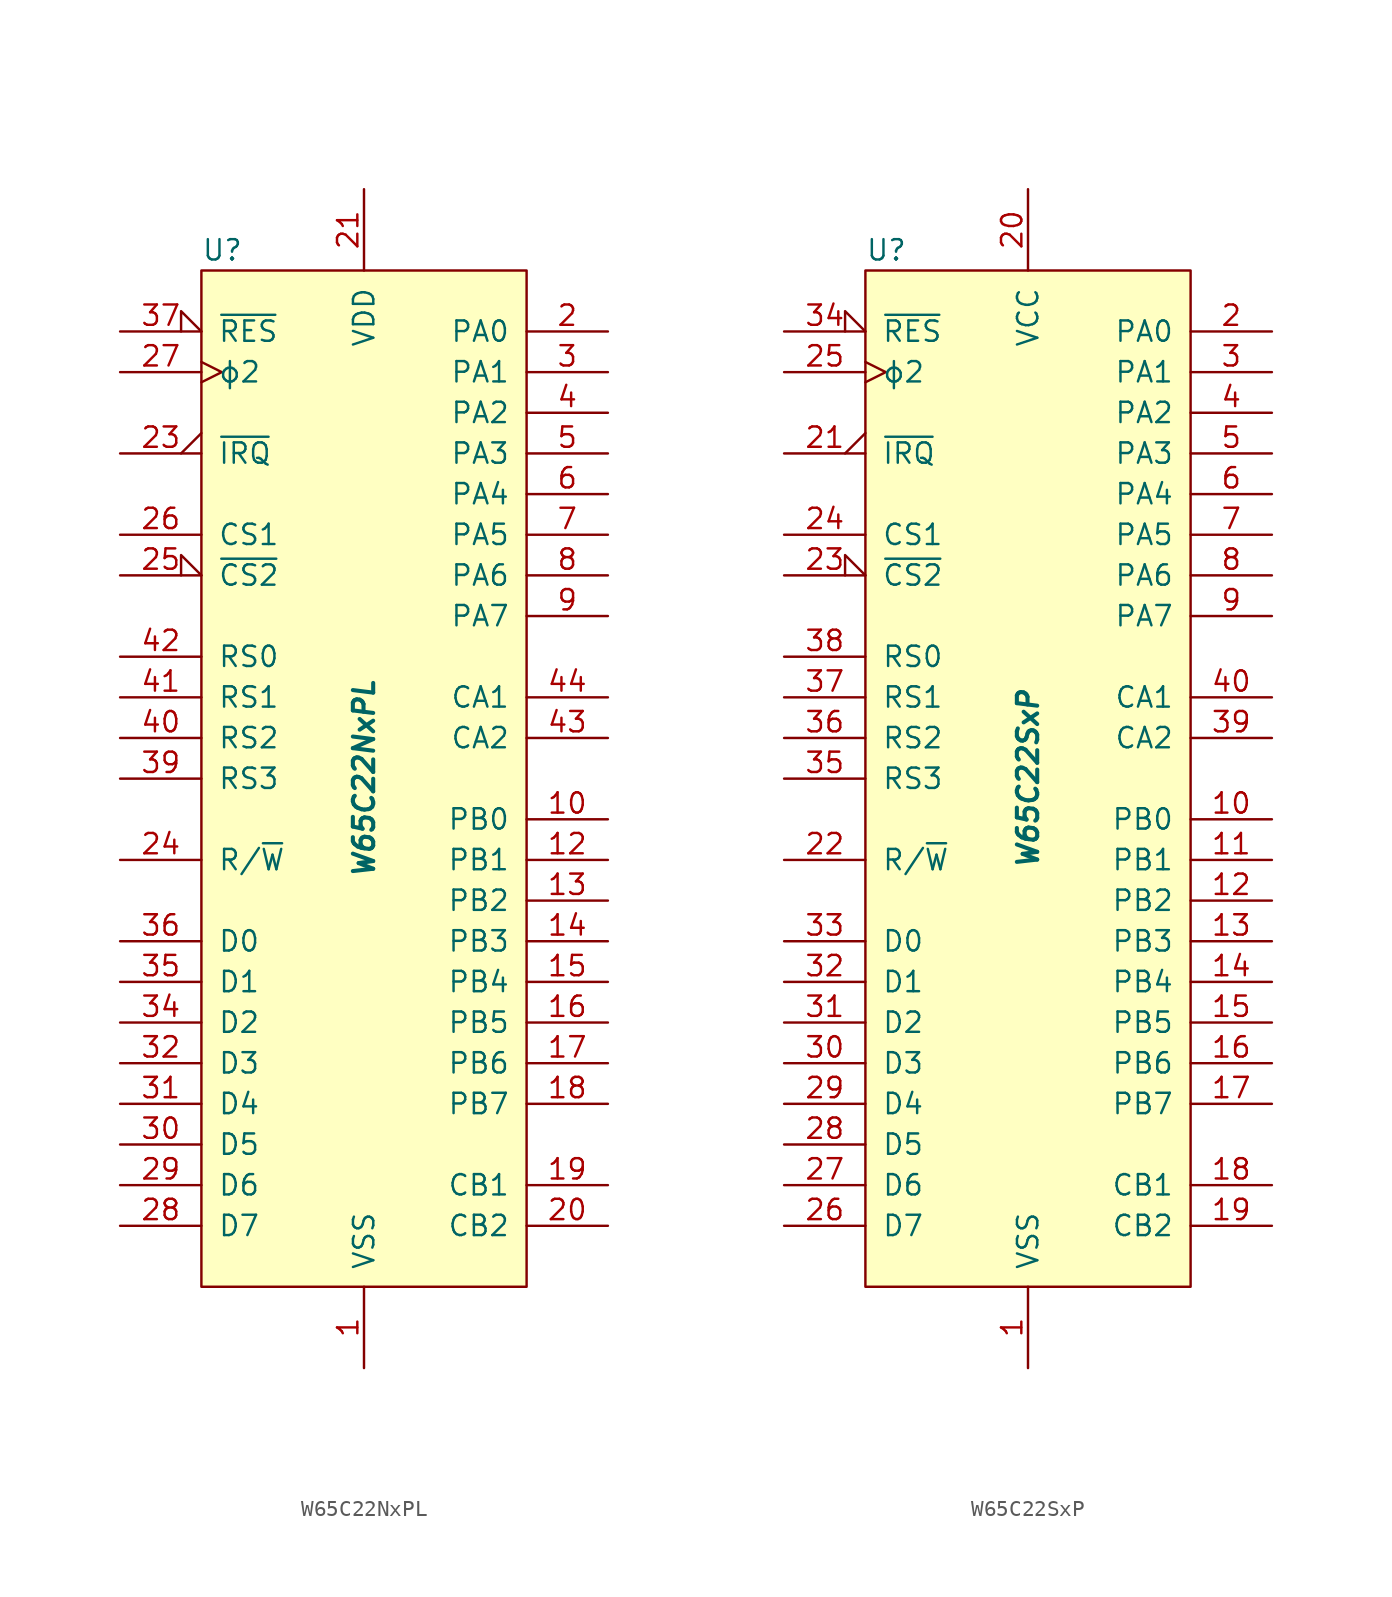
<source format=kicad_sym>
(kicad_symbol_lib
  (version 20201005)
  (generator kicad_symbol_editor)
  (symbol "W65C22NxPL"
    (pin_names
      (offset 1.016))
    (property "Reference" "U"
      (at -10.16 33.02 0)
      (effects (font (size 1.27 1.27)) (justify left)))
    (property "Value" "W65C22NxPL"
      (at 0 0 90)
      (effects (font (size 1.27 1.27) bold italic)))
    (symbol "W65C22NxPL_0_1"
      (rectangle (start -10.16 31.75) (end 10.16 -31.75) (stroke (width 0)) (fill (type background))))
    (symbol "W65C22NxPL_1_1"
      (pin power_in line (at 0 -36.83 90) (length 5.08) (name "VSS" (effects (font (size 1.27 1.27)))) (number "1" (effects (font (size 1.27 1.27)))))
      (pin bidirectional line (at 15.24 -2.54 180) (length 5.08) (name "PB0" (effects (font (size 1.27 1.27)))) (number "10" (effects (font (size 1.27 1.27)))))
      (pin unconnected non_logic (at -10.16 22.86 0) (length 2.54) hide (name "nc" (effects (font (size 1.27 1.27)))) (number "11" (effects (font (size 1.27 1.27)))))
      (pin bidirectional line (at 15.24 -5.08 180) (length 5.08) (name "PB1" (effects (font (size 1.27 1.27)))) (number "12" (effects (font (size 1.27 1.27)))))
      (pin bidirectional line (at 15.24 -7.62 180) (length 5.08) (name "PB2" (effects (font (size 1.27 1.27)))) (number "13" (effects (font (size 1.27 1.27)))))
      (pin bidirectional line (at 15.24 -10.16 180) (length 5.08) (name "PB3" (effects (font (size 1.27 1.27)))) (number "14" (effects (font (size 1.27 1.27)))))
      (pin bidirectional line (at 15.24 -12.7 180) (length 5.08) (name "PB4" (effects (font (size 1.27 1.27)))) (number "15" (effects (font (size 1.27 1.27)))))
      (pin bidirectional line (at 15.24 -15.24 180) (length 5.08) (name "PB5" (effects (font (size 1.27 1.27)))) (number "16" (effects (font (size 1.27 1.27)))))
      (pin bidirectional line (at 15.24 -17.78 180) (length 5.08) (name "PB6" (effects (font (size 1.27 1.27)))) (number "17" (effects (font (size 1.27 1.27)))))
      (pin bidirectional line (at 15.24 -20.32 180) (length 5.08) (name "PB7" (effects (font (size 1.27 1.27)))) (number "18" (effects (font (size 1.27 1.27)))))
      (pin input line (at 15.24 -25.4 180) (length 5.08) (name "CB1" (effects (font (size 1.27 1.27)))) (number "19" (effects (font (size 1.27 1.27)))))
      (pin bidirectional line (at 15.24 27.94 180) (length 5.08) (name "PA0" (effects (font (size 1.27 1.27)))) (number "2" (effects (font (size 1.27 1.27)))))
      (pin bidirectional line (at 15.24 -27.94 180) (length 5.08) (name "CB2" (effects (font (size 1.27 1.27)))) (number "20" (effects (font (size 1.27 1.27)))))
      (pin power_in line (at 0 36.83 270) (length 5.08) (name "VDD" (effects (font (size 1.27 1.27)))) (number "21" (effects (font (size 1.27 1.27)))))
      (pin unconnected non_logic (at -10.16 17.78 0) (length 2.54) hide (name "nc" (effects (font (size 1.27 1.27)))) (number "22" (effects (font (size 1.27 1.27)))))
      (pin open_collector output_low (at -15.24 20.32 0) (length 5.08) (name "~IRQ" (effects (font (size 1.27 1.27)))) (number "23" (effects (font (size 1.27 1.27)))))
      (pin input line (at -15.24 -5.08 0) (length 5.08) (name "R/~W" (effects (font (size 1.27 1.27)))) (number "24" (effects (font (size 1.27 1.27)))))
      (pin input input_low (at -15.24 12.7 0) (length 5.08) (name "~CS2" (effects (font (size 1.27 1.27)))) (number "25" (effects (font (size 1.27 1.27)))))
      (pin input line (at -15.24 15.24 0) (length 5.08) (name "CS1" (effects (font (size 1.27 1.27)))) (number "26" (effects (font (size 1.27 1.27)))))
      (pin input clock (at -15.24 25.4 0) (length 5.08) (name "ϕ2" (effects (font (size 1.27 1.27)))) (number "27" (effects (font (size 1.27 1.27)))))
      (pin bidirectional line (at -15.24 -27.94 0) (length 5.08) (name "D7" (effects (font (size 1.27 1.27)))) (number "28" (effects (font (size 1.27 1.27)))))
      (pin bidirectional line (at -15.24 -25.4 0) (length 5.08) (name "D6" (effects (font (size 1.27 1.27)))) (number "29" (effects (font (size 1.27 1.27)))))
      (pin bidirectional line (at 15.24 25.4 180) (length 5.08) (name "PA1" (effects (font (size 1.27 1.27)))) (number "3" (effects (font (size 1.27 1.27)))))
      (pin bidirectional line (at -15.24 -22.86 0) (length 5.08) (name "D5" (effects (font (size 1.27 1.27)))) (number "30" (effects (font (size 1.27 1.27)))))
      (pin bidirectional line (at -15.24 -20.32 0) (length 5.08) (name "D4" (effects (font (size 1.27 1.27)))) (number "31" (effects (font (size 1.27 1.27)))))
      (pin bidirectional line (at -15.24 -17.78 0) (length 5.08) (name "D3" (effects (font (size 1.27 1.27)))) (number "32" (effects (font (size 1.27 1.27)))))
      (pin unconnected non_logic (at -10.16 10.16 0) (length 2.54) hide (name "nc" (effects (font (size 1.27 1.27)))) (number "33" (effects (font (size 1.27 1.27)))))
      (pin bidirectional line (at -15.24 -15.24 0) (length 5.08) (name "D2" (effects (font (size 1.27 1.27)))) (number "34" (effects (font (size 1.27 1.27)))))
      (pin bidirectional line (at -15.24 -12.7 0) (length 5.08) (name "D1" (effects (font (size 1.27 1.27)))) (number "35" (effects (font (size 1.27 1.27)))))
      (pin bidirectional line (at -15.24 -10.16 0) (length 5.08) (name "D0" (effects (font (size 1.27 1.27)))) (number "36" (effects (font (size 1.27 1.27)))))
      (pin input input_low (at -15.24 27.94 0) (length 5.08) (name "~RES" (effects (font (size 1.27 1.27)))) (number "37" (effects (font (size 1.27 1.27)))))
      (pin unconnected non_logic (at -10.16 -2.54 0) (length 2.54) hide (name "nc" (effects (font (size 1.27 1.27)))) (number "38" (effects (font (size 1.27 1.27)))))
      (pin input line (at -15.24 0 0) (length 5.08) (name "RS3" (effects (font (size 1.27 1.27)))) (number "39" (effects (font (size 1.27 1.27)))))
      (pin bidirectional line (at 15.24 22.86 180) (length 5.08) (name "PA2" (effects (font (size 1.27 1.27)))) (number "4" (effects (font (size 1.27 1.27)))))
      (pin input line (at -15.24 2.54 0) (length 5.08) (name "RS2" (effects (font (size 1.27 1.27)))) (number "40" (effects (font (size 1.27 1.27)))))
      (pin input line (at -15.24 5.08 0) (length 5.08) (name "RS1" (effects (font (size 1.27 1.27)))) (number "41" (effects (font (size 1.27 1.27)))))
      (pin input line (at -15.24 7.62 0) (length 5.08) (name "RS0" (effects (font (size 1.27 1.27)))) (number "42" (effects (font (size 1.27 1.27)))))
      (pin bidirectional line (at 15.24 2.54 180) (length 5.08) (name "CA2" (effects (font (size 1.27 1.27)))) (number "43" (effects (font (size 1.27 1.27)))))
      (pin input line (at 15.24 5.08 180) (length 5.08) (name "CA1" (effects (font (size 1.27 1.27)))) (number "44" (effects (font (size 1.27 1.27)))))
      (pin bidirectional line (at 15.24 20.32 180) (length 5.08) (name "PA3" (effects (font (size 1.27 1.27)))) (number "5" (effects (font (size 1.27 1.27)))))
      (pin bidirectional line (at 15.24 17.78 180) (length 5.08) (name "PA4" (effects (font (size 1.27 1.27)))) (number "6" (effects (font (size 1.27 1.27)))))
      (pin bidirectional line (at 15.24 15.24 180) (length 5.08) (name "PA5" (effects (font (size 1.27 1.27)))) (number "7" (effects (font (size 1.27 1.27)))))
      (pin bidirectional line (at 15.24 12.7 180) (length 5.08) (name "PA6" (effects (font (size 1.27 1.27)))) (number "8" (effects (font (size 1.27 1.27)))))
      (pin bidirectional line (at 15.24 10.16 180) (length 5.08) (name "PA7" (effects (font (size 1.27 1.27)))) (number "9" (effects (font (size 1.27 1.27)))))))
  (symbol "W65C22SxP"
    (pin_names
      (offset 1.016))
    (property "Reference" "U"
      (at -10.16 33.02 0)
      (effects (font (size 1.27 1.27)) (justify left)))
    (property "Value" "W65C22SxP"
      (at 0 0 90)
      (effects (font (size 1.27 1.27) bold italic)))
    (symbol "W65C22SxP_0_1"
      (rectangle (start -10.16 31.75) (end 10.16 -31.75) (stroke (width 0)) (fill (type background))))
    (symbol "W65C22SxP_1_1"
      (pin power_in line (at 0 -36.83 90) (length 5.08) (name "VSS" (effects (font (size 1.27 1.27)))) (number "1" (effects (font (size 1.27 1.27)))))
      (pin bidirectional line (at 15.24 -2.54 180) (length 5.08) (name "PB0" (effects (font (size 1.27 1.27)))) (number "10" (effects (font (size 1.27 1.27)))))
      (pin bidirectional line (at 15.24 -5.08 180) (length 5.08) (name "PB1" (effects (font (size 1.27 1.27)))) (number "11" (effects (font (size 1.27 1.27)))))
      (pin bidirectional line (at 15.24 -7.62 180) (length 5.08) (name "PB2" (effects (font (size 1.27 1.27)))) (number "12" (effects (font (size 1.27 1.27)))))
      (pin bidirectional line (at 15.24 -10.16 180) (length 5.08) (name "PB3" (effects (font (size 1.27 1.27)))) (number "13" (effects (font (size 1.27 1.27)))))
      (pin bidirectional line (at 15.24 -12.7 180) (length 5.08) (name "PB4" (effects (font (size 1.27 1.27)))) (number "14" (effects (font (size 1.27 1.27)))))
      (pin bidirectional line (at 15.24 -15.24 180) (length 5.08) (name "PB5" (effects (font (size 1.27 1.27)))) (number "15" (effects (font (size 1.27 1.27)))))
      (pin bidirectional line (at 15.24 -17.78 180) (length 5.08) (name "PB6" (effects (font (size 1.27 1.27)))) (number "16" (effects (font (size 1.27 1.27)))))
      (pin bidirectional line (at 15.24 -20.32 180) (length 5.08) (name "PB7" (effects (font (size 1.27 1.27)))) (number "17" (effects (font (size 1.27 1.27)))))
      (pin input line (at 15.24 -25.4 180) (length 5.08) (name "CB1" (effects (font (size 1.27 1.27)))) (number "18" (effects (font (size 1.27 1.27)))))
      (pin bidirectional line (at 15.24 -27.94 180) (length 5.08) (name "CB2" (effects (font (size 1.27 1.27)))) (number "19" (effects (font (size 1.27 1.27)))))
      (pin bidirectional line (at 15.24 27.94 180) (length 5.08) (name "PA0" (effects (font (size 1.27 1.27)))) (number "2" (effects (font (size 1.27 1.27)))))
      (pin power_in line (at 0 36.83 270) (length 5.08) (name "VCC" (effects (font (size 1.27 1.27)))) (number "20" (effects (font (size 1.27 1.27)))))
      (pin output output_low (at -15.24 20.32 0) (length 5.08) (name "~IRQ" (effects (font (size 1.27 1.27)))) (number "21" (effects (font (size 1.27 1.27)))))
      (pin input line (at -15.24 -5.08 0) (length 5.08) (name "R/~W" (effects (font (size 1.27 1.27)))) (number "22" (effects (font (size 1.27 1.27)))))
      (pin input input_low (at -15.24 12.7 0) (length 5.08) (name "~CS2" (effects (font (size 1.27 1.27)))) (number "23" (effects (font (size 1.27 1.27)))))
      (pin input line (at -15.24 15.24 0) (length 5.08) (name "CS1" (effects (font (size 1.27 1.27)))) (number "24" (effects (font (size 1.27 1.27)))))
      (pin input clock (at -15.24 25.4 0) (length 5.08) (name "ϕ2" (effects (font (size 1.27 1.27)))) (number "25" (effects (font (size 1.27 1.27)))))
      (pin bidirectional line (at -15.24 -27.94 0) (length 5.08) (name "D7" (effects (font (size 1.27 1.27)))) (number "26" (effects (font (size 1.27 1.27)))))
      (pin bidirectional line (at -15.24 -25.4 0) (length 5.08) (name "D6" (effects (font (size 1.27 1.27)))) (number "27" (effects (font (size 1.27 1.27)))))
      (pin bidirectional line (at -15.24 -22.86 0) (length 5.08) (name "D5" (effects (font (size 1.27 1.27)))) (number "28" (effects (font (size 1.27 1.27)))))
      (pin bidirectional line (at -15.24 -20.32 0) (length 5.08) (name "D4" (effects (font (size 1.27 1.27)))) (number "29" (effects (font (size 1.27 1.27)))))
      (pin bidirectional line (at 15.24 25.4 180) (length 5.08) (name "PA1" (effects (font (size 1.27 1.27)))) (number "3" (effects (font (size 1.27 1.27)))))
      (pin bidirectional line (at -15.24 -17.78 0) (length 5.08) (name "D3" (effects (font (size 1.27 1.27)))) (number "30" (effects (font (size 1.27 1.27)))))
      (pin bidirectional line (at -15.24 -15.24 0) (length 5.08) (name "D2" (effects (font (size 1.27 1.27)))) (number "31" (effects (font (size 1.27 1.27)))))
      (pin bidirectional line (at -15.24 -12.7 0) (length 5.08) (name "D1" (effects (font (size 1.27 1.27)))) (number "32" (effects (font (size 1.27 1.27)))))
      (pin bidirectional line (at -15.24 -10.16 0) (length 5.08) (name "D0" (effects (font (size 1.27 1.27)))) (number "33" (effects (font (size 1.27 1.27)))))
      (pin input input_low (at -15.24 27.94 0) (length 5.08) (name "~RES" (effects (font (size 1.27 1.27)))) (number "34" (effects (font (size 1.27 1.27)))))
      (pin input line (at -15.24 0 0) (length 5.08) (name "RS3" (effects (font (size 1.27 1.27)))) (number "35" (effects (font (size 1.27 1.27)))))
      (pin input line (at -15.24 2.54 0) (length 5.08) (name "RS2" (effects (font (size 1.27 1.27)))) (number "36" (effects (font (size 1.27 1.27)))))
      (pin input line (at -15.24 5.08 0) (length 5.08) (name "RS1" (effects (font (size 1.27 1.27)))) (number "37" (effects (font (size 1.27 1.27)))))
      (pin input line (at -15.24 7.62 0) (length 5.08) (name "RS0" (effects (font (size 1.27 1.27)))) (number "38" (effects (font (size 1.27 1.27)))))
      (pin bidirectional line (at 15.24 2.54 180) (length 5.08) (name "CA2" (effects (font (size 1.27 1.27)))) (number "39" (effects (font (size 1.27 1.27)))))
      (pin bidirectional line (at 15.24 22.86 180) (length 5.08) (name "PA2" (effects (font (size 1.27 1.27)))) (number "4" (effects (font (size 1.27 1.27)))))
      (pin input line (at 15.24 5.08 180) (length 5.08) (name "CA1" (effects (font (size 1.27 1.27)))) (number "40" (effects (font (size 1.27 1.27)))))
      (pin bidirectional line (at 15.24 20.32 180) (length 5.08) (name "PA3" (effects (font (size 1.27 1.27)))) (number "5" (effects (font (size 1.27 1.27)))))
      (pin bidirectional line (at 15.24 17.78 180) (length 5.08) (name "PA4" (effects (font (size 1.27 1.27)))) (number "6" (effects (font (size 1.27 1.27)))))
      (pin bidirectional line (at 15.24 15.24 180) (length 5.08) (name "PA5" (effects (font (size 1.27 1.27)))) (number "7" (effects (font (size 1.27 1.27)))))
      (pin bidirectional line (at 15.24 12.7 180) (length 5.08) (name "PA6" (effects (font (size 1.27 1.27)))) (number "8" (effects (font (size 1.27 1.27)))))
      (pin bidirectional line (at 15.24 10.16 180) (length 5.08) (name "PA7" (effects (font (size 1.27 1.27)))) (number "9" (effects (font (size 1.27 1.27))))))))
</source>
